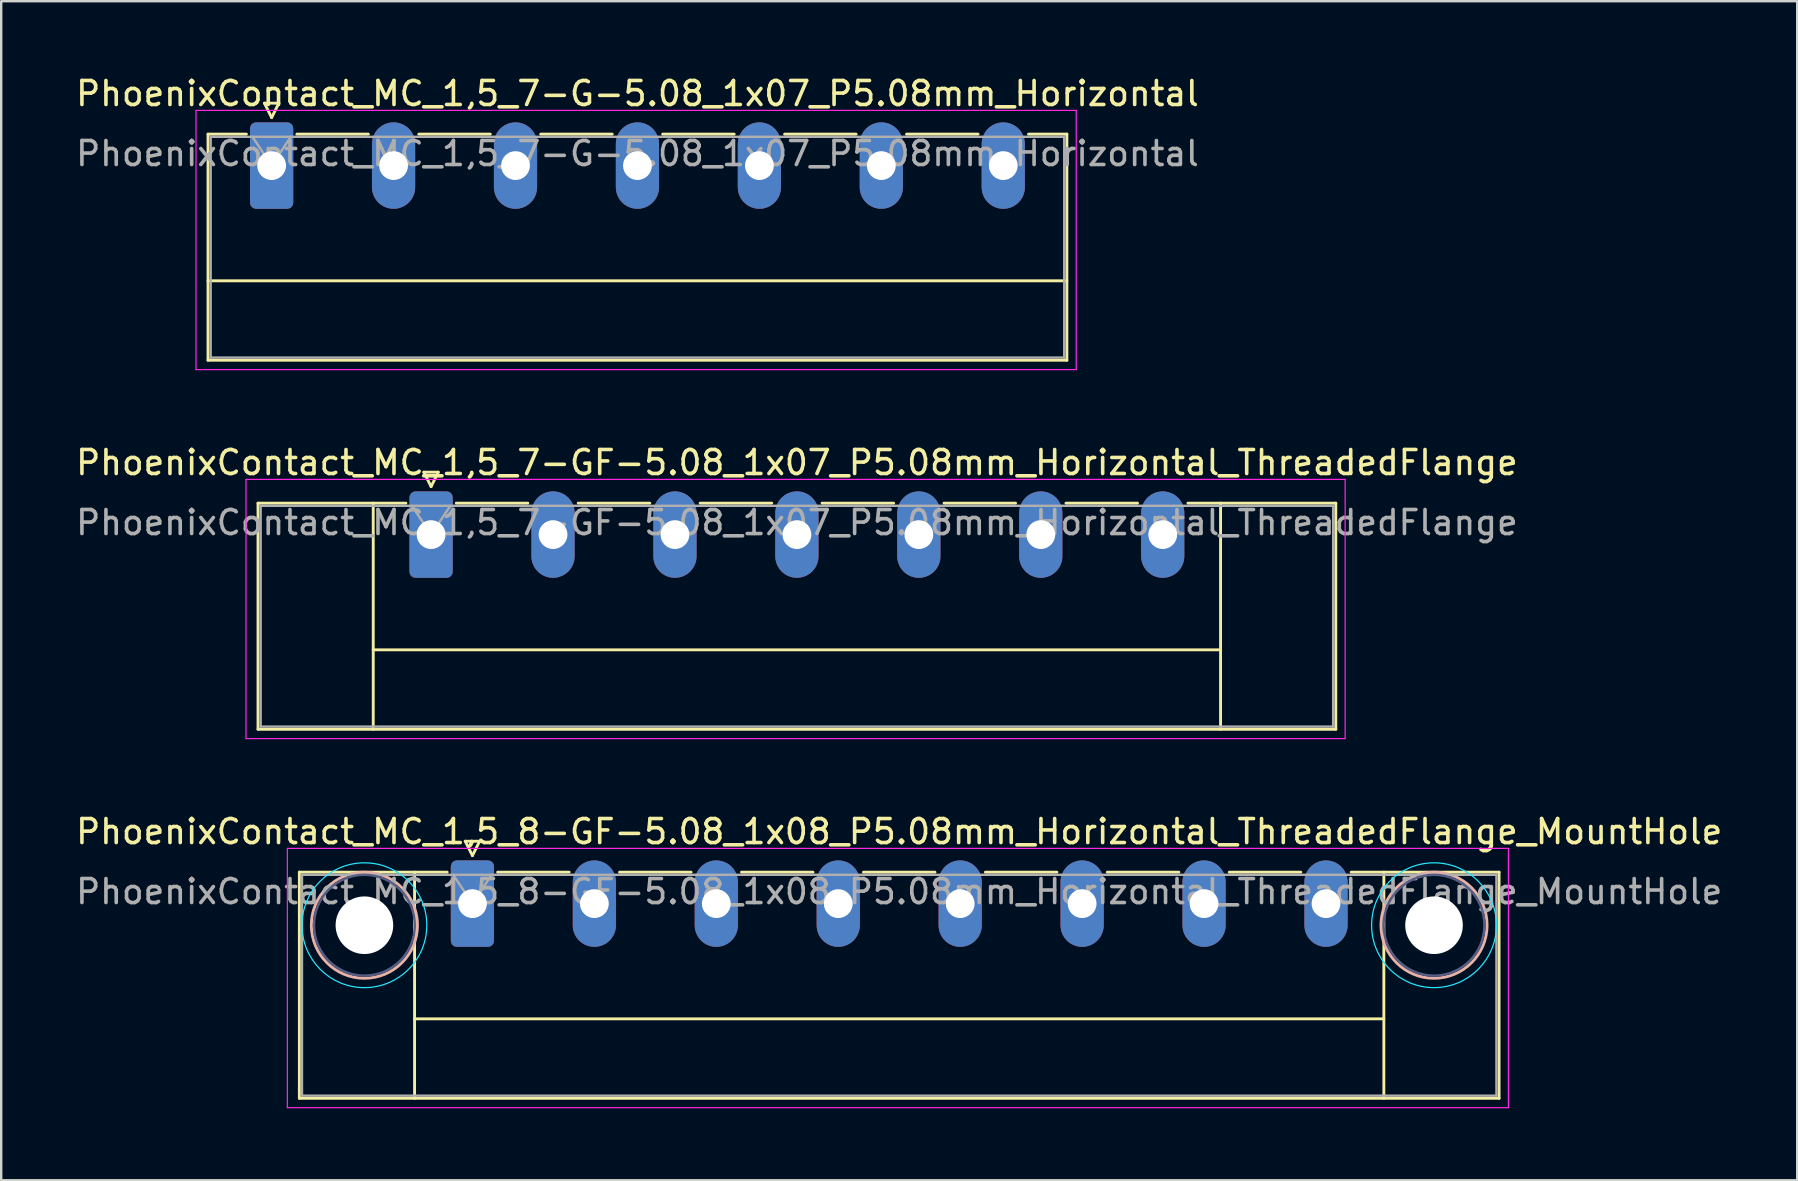
<source format=kicad_pcb>
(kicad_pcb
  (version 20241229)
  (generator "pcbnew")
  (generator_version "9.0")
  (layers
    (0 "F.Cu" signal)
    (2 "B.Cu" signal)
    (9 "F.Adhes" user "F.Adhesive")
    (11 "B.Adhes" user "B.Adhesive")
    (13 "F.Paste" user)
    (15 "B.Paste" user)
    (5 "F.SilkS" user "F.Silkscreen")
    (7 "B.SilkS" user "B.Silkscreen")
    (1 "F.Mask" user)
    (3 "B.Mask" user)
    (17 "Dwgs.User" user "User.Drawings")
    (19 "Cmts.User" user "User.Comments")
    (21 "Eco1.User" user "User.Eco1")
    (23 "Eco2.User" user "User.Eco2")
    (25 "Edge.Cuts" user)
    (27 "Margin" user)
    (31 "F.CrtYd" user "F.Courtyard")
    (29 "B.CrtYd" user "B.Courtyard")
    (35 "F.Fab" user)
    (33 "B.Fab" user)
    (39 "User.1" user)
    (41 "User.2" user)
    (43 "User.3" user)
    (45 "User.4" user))
  (footprint "PhoenixContact_MC_1,5_7-G-5.08_1x07_P5.08mm_Horizontal"
    (layer "F.Cu")
    (at 8.266 3.848)
    (property "Reference" "PhoenixContact_MC_1,5_7-G-5.08_1x07_P5.08mm_Horizontal" (at 15.24 -3 0) (layer "F.SilkS") (effects (font (size 1 1) (thickness 0.15))))
    (attr through_hole)
    (fp_line (start -2.65 -1.31) (end -2.65 8.11) (stroke (width 0.12) (type solid)) (layer "F.SilkS"))
    (fp_line (start -2.65 -1.31) (end -1.05 -1.31) (stroke (width 0.12) (type solid)) (layer "F.SilkS"))
    (fp_line (start -2.65 4.8) (end 33.13 4.8) (stroke (width 0.12) (type solid)) (layer "F.SilkS"))
    (fp_line (start -2.65 8.11) (end 33.13 8.11) (stroke (width 0.12) (type solid)) (layer "F.SilkS"))
    (fp_line (start -0.3 -2.6) (end 0.3 -2.6) (stroke (width 0.12) (type solid)) (layer "F.SilkS"))
    (fp_line (start 0 -2) (end -0.3 -2.6) (stroke (width 0.12) (type solid)) (layer "F.SilkS"))
    (fp_line (start 0.3 -2.6) (end 0 -2) (stroke (width 0.12) (type solid)) (layer "F.SilkS"))
    (fp_line (start 1.05 -1.31) (end 4.03 -1.31) (stroke (width 0.12) (type solid)) (layer "F.SilkS"))
    (fp_line (start 6.13 -1.31) (end 9.11 -1.31) (stroke (width 0.12) (type solid)) (layer "F.SilkS"))
    (fp_line (start 11.21 -1.31) (end 14.19 -1.31) (stroke (width 0.12) (type solid)) (layer "F.SilkS"))
    (fp_line (start 16.29 -1.31) (end 19.27 -1.31) (stroke (width 0.12) (type solid)) (layer "F.SilkS"))
    (fp_line (start 21.37 -1.31) (end 24.35 -1.31) (stroke (width 0.12) (type solid)) (layer "F.SilkS"))
    (fp_line (start 26.45 -1.31) (end 29.43 -1.31) (stroke (width 0.12) (type solid)) (layer "F.SilkS"))
    (fp_line (start 33.13 -1.31) (end 31.53 -1.31) (stroke (width 0.12) (type solid)) (layer "F.SilkS"))
    (fp_line (start 33.13 8.11) (end 33.13 -1.31) (stroke (width 0.12) (type solid)) (layer "F.SilkS"))
    (fp_line (start -3.15 -2.3) (end -3.15 8.5) (stroke (width 0.05) (type solid)) (layer "F.CrtYd"))
    (fp_line (start -3.15 8.5) (end 33.52 8.5) (stroke (width 0.05) (type solid)) (layer "F.CrtYd"))
    (fp_line (start 33.52 -2.3) (end -3.15 -2.3) (stroke (width 0.05) (type solid)) (layer "F.CrtYd"))
    (fp_line (start 33.52 8.5) (end 33.52 -2.3) (stroke (width 0.05) (type solid)) (layer "F.CrtYd"))
    (fp_line (start -2.54 -1.2) (end -2.54 8) (stroke (width 0.1) (type solid)) (layer "F.Fab"))
    (fp_line (start -2.54 8) (end 33.02 8) (stroke (width 0.1) (type solid)) (layer "F.Fab"))
    (fp_line (start 0 0) (end -0.8 -1.2) (stroke (width 0.1) (type solid)) (layer "F.Fab"))
    (fp_line (start 0.8 -1.2) (end 0 0) (stroke (width 0.1) (type solid)) (layer "F.Fab"))
    (fp_line (start 33.02 -1.2) (end -2.54 -1.2) (stroke (width 0.1) (type solid)) (layer "F.Fab"))
    (fp_line (start 33.02 8) (end 33.02 -1.2) (stroke (width 0.1) (type solid)) (layer "F.Fab"))
    (fp_text user "${REFERENCE}" (at 15.24 -0.5 0) (layer "F.Fab") (effects (font (size 1 1) (thickness 0.15))))
    (pad "1" thru_hole roundrect (at 0 0) (size 1.8 3.6) (drill 1.2) (layers "*.Cu" "*.Mask") (roundrect_rratio 0.139))
    (pad "2" thru_hole oval (at 5.08 0) (size 1.8 3.6) (drill 1.2) (layers "*.Cu" "*.Mask"))
    (pad "3" thru_hole oval (at 10.16 0) (size 1.8 3.6) (drill 1.2) (layers "*.Cu" "*.Mask"))
    (pad "4" thru_hole oval (at 15.24 0) (size 1.8 3.6) (drill 1.2) (layers "*.Cu" "*.Mask"))
    (pad "5" thru_hole oval (at 20.32 0) (size 1.8 3.6) (drill 1.2) (layers "*.Cu" "*.Mask"))
    (pad "6" thru_hole oval (at 25.4 0) (size 1.8 3.6) (drill 1.2) (layers "*.Cu" "*.Mask"))
    (pad "7" thru_hole oval (at 30.48 0) (size 1.8 3.6) (drill 1.2) (layers "*.Cu" "*.Mask")))
  (footprint "PhoenixContact_MC_1,5_7-GF-5.08_1x07_P5.08mm_Horizontal_ThreadedFlange"
    (layer "F.Cu")
    (at 14.909 19.221)
    (property "Reference" "PhoenixContact_MC_1,5_7-GF-5.08_1x07_P5.08mm_Horizontal_ThreadedFlange" (at 15.24 -3 0) (layer "F.SilkS") (effects (font (size 1 1) (thickness 0.15))))
    (attr through_hole)
    (fp_line (start -7.21 -1.31) (end -7.21 8.11) (stroke (width 0.12) (type solid)) (layer "F.SilkS"))
    (fp_line (start -7.21 -1.31) (end -1.05 -1.31) (stroke (width 0.12) (type solid)) (layer "F.SilkS"))
    (fp_line (start -7.21 8.11) (end 37.69 8.11) (stroke (width 0.12) (type solid)) (layer "F.SilkS"))
    (fp_line (start -2.41 -1.31) (end -2.41 8.11) (stroke (width 0.12) (type solid)) (layer "F.SilkS"))
    (fp_line (start -2.41 4.8) (end 32.89 4.8) (stroke (width 0.12) (type solid)) (layer "F.SilkS"))
    (fp_line (start -0.3 -2.6) (end 0.3 -2.6) (stroke (width 0.12) (type solid)) (layer "F.SilkS"))
    (fp_line (start 0 -2) (end -0.3 -2.6) (stroke (width 0.12) (type solid)) (layer "F.SilkS"))
    (fp_line (start 0.3 -2.6) (end 0 -2) (stroke (width 0.12) (type solid)) (layer "F.SilkS"))
    (fp_line (start 1.05 -1.31) (end 4.03 -1.31) (stroke (width 0.12) (type solid)) (layer "F.SilkS"))
    (fp_line (start 6.13 -1.31) (end 9.11 -1.31) (stroke (width 0.12) (type solid)) (layer "F.SilkS"))
    (fp_line (start 11.21 -1.31) (end 14.19 -1.31) (stroke (width 0.12) (type solid)) (layer "F.SilkS"))
    (fp_line (start 16.29 -1.31) (end 19.27 -1.31) (stroke (width 0.12) (type solid)) (layer "F.SilkS"))
    (fp_line (start 21.37 -1.31) (end 24.35 -1.31) (stroke (width 0.12) (type solid)) (layer "F.SilkS"))
    (fp_line (start 26.45 -1.31) (end 29.43 -1.31) (stroke (width 0.12) (type solid)) (layer "F.SilkS"))
    (fp_line (start 32.89 -1.31) (end 32.89 8.11) (stroke (width 0.12) (type solid)) (layer "F.SilkS"))
    (fp_line (start 37.69 -1.31) (end 31.53 -1.31) (stroke (width 0.12) (type solid)) (layer "F.SilkS"))
    (fp_line (start 37.69 8.11) (end 37.69 -1.31) (stroke (width 0.12) (type solid)) (layer "F.SilkS"))
    (fp_line (start -7.71 -2.3) (end -7.71 8.5) (stroke (width 0.05) (type solid)) (layer "F.CrtYd"))
    (fp_line (start -7.71 8.5) (end 38.08 8.5) (stroke (width 0.05) (type solid)) (layer "F.CrtYd"))
    (fp_line (start 38.08 -2.3) (end -7.71 -2.3) (stroke (width 0.05) (type solid)) (layer "F.CrtYd"))
    (fp_line (start 38.08 8.5) (end 38.08 -2.3) (stroke (width 0.05) (type solid)) (layer "F.CrtYd"))
    (fp_line (start -7.1 -1.2) (end -7.1 8) (stroke (width 0.1) (type solid)) (layer "F.Fab"))
    (fp_line (start -7.1 8) (end 37.58 8) (stroke (width 0.1) (type solid)) (layer "F.Fab"))
    (fp_line (start 0 0) (end -0.8 -1.2) (stroke (width 0.1) (type solid)) (layer "F.Fab"))
    (fp_line (start 0.8 -1.2) (end 0 0) (stroke (width 0.1) (type solid)) (layer "F.Fab"))
    (fp_line (start 37.58 -1.2) (end -7.1 -1.2) (stroke (width 0.1) (type solid)) (layer "F.Fab"))
    (fp_line (start 37.58 8) (end 37.58 -1.2) (stroke (width 0.1) (type solid)) (layer "F.Fab"))
    (fp_text user "${REFERENCE}" (at 15.24 -0.5 0) (layer "F.Fab") (effects (font (size 1 1) (thickness 0.15))))
    (pad "1" thru_hole roundrect (at 0 0) (size 1.8 3.6) (drill 1.2) (layers "*.Cu" "*.Mask") (roundrect_rratio 0.139))
    (pad "2" thru_hole oval (at 5.08 0) (size 1.8 3.6) (drill 1.2) (layers "*.Cu" "*.Mask"))
    (pad "3" thru_hole oval (at 10.16 0) (size 1.8 3.6) (drill 1.2) (layers "*.Cu" "*.Mask"))
    (pad "4" thru_hole oval (at 15.24 0) (size 1.8 3.6) (drill 1.2) (layers "*.Cu" "*.Mask"))
    (pad "5" thru_hole oval (at 20.32 0) (size 1.8 3.6) (drill 1.2) (layers "*.Cu" "*.Mask"))
    (pad "6" thru_hole oval (at 25.4 0) (size 1.8 3.6) (drill 1.2) (layers "*.Cu" "*.Mask"))
    (pad "7" thru_hole oval (at 30.48 0) (size 1.8 3.6) (drill 1.2) (layers "*.Cu" "*.Mask")))
  (footprint "PhoenixContact_MC_1,5_8-GF-5.08_1x08_P5.08mm_Horizontal_ThreadedFlange_MountHole"
    (layer "F.Cu")
    (at 16.631 34.595)
    (property "Reference" "PhoenixContact_MC_1,5_8-GF-5.08_1x08_P5.08mm_Horizontal_ThreadedFlange_MountHole" (at 17.78 -3 0) (layer "F.SilkS") (effects (font (size 1 1) (thickness 0.15))))
    (attr through_hole)
    (fp_line (start -7.21 -1.31) (end -7.21 8.11) (stroke (width 0.12) (type solid)) (layer "F.SilkS"))
    (fp_line (start -7.21 -1.31) (end -1.05 -1.31) (stroke (width 0.12) (type solid)) (layer "F.SilkS"))
    (fp_line (start -7.21 8.11) (end 42.77 8.11) (stroke (width 0.12) (type solid)) (layer "F.SilkS"))
    (fp_line (start -2.41 -1.31) (end -2.41 8.11) (stroke (width 0.12) (type solid)) (layer "F.SilkS"))
    (fp_line (start -2.41 4.8) (end 37.97 4.8) (stroke (width 0.12) (type solid)) (layer "F.SilkS"))
    (fp_line (start -0.3 -2.6) (end 0.3 -2.6) (stroke (width 0.12) (type solid)) (layer "F.SilkS"))
    (fp_line (start 0 -2) (end -0.3 -2.6) (stroke (width 0.12) (type solid)) (layer "F.SilkS"))
    (fp_line (start 0.3 -2.6) (end 0 -2) (stroke (width 0.12) (type solid)) (layer "F.SilkS"))
    (fp_line (start 1.05 -1.31) (end 4.03 -1.31) (stroke (width 0.12) (type solid)) (layer "F.SilkS"))
    (fp_line (start 6.13 -1.31) (end 9.11 -1.31) (stroke (width 0.12) (type solid)) (layer "F.SilkS"))
    (fp_line (start 11.21 -1.31) (end 14.19 -1.31) (stroke (width 0.12) (type solid)) (layer "F.SilkS"))
    (fp_line (start 16.29 -1.31) (end 19.27 -1.31) (stroke (width 0.12) (type solid)) (layer "F.SilkS"))
    (fp_line (start 21.37 -1.31) (end 24.35 -1.31) (stroke (width 0.12) (type solid)) (layer "F.SilkS"))
    (fp_line (start 26.45 -1.31) (end 29.43 -1.31) (stroke (width 0.12) (type solid)) (layer "F.SilkS"))
    (fp_line (start 31.53 -1.31) (end 34.51 -1.31) (stroke (width 0.12) (type solid)) (layer "F.SilkS"))
    (fp_line (start 37.97 -1.31) (end 37.97 8.11) (stroke (width 0.12) (type solid)) (layer "F.SilkS"))
    (fp_line (start 42.77 -1.31) (end 36.61 -1.31) (stroke (width 0.12) (type solid)) (layer "F.SilkS"))
    (fp_line (start 42.77 8.11) (end 42.77 -1.31) (stroke (width 0.12) (type solid)) (layer "F.SilkS"))
    (fp_circle (center -4.5 0.9) (end -2.29 0.9) (stroke (width 0.12) (type solid)) (fill no) (layer "B.SilkS"))
    (fp_circle (center 40.06 0.9) (end 42.27 0.9) (stroke (width 0.12) (type solid)) (fill no) (layer "B.SilkS"))
    (fp_circle (center -4.5 0.9) (end -1.9 0.9) (stroke (width 0.05) (type solid)) (fill no) (layer "B.CrtYd"))
    (fp_circle (center 40.06 0.9) (end 42.66 0.9) (stroke (width 0.05) (type solid)) (fill no) (layer "B.CrtYd"))
    (fp_line (start -7.71 -2.3) (end -7.71 8.5) (stroke (width 0.05) (type solid)) (layer "F.CrtYd"))
    (fp_line (start -7.71 8.5) (end 43.16 8.5) (stroke (width 0.05) (type solid)) (layer "F.CrtYd"))
    (fp_line (start 43.16 -2.3) (end -7.71 -2.3) (stroke (width 0.05) (type solid)) (layer "F.CrtYd"))
    (fp_line (start 43.16 8.5) (end 43.16 -2.3) (stroke (width 0.05) (type solid)) (layer "F.CrtYd"))
    (fp_circle (center -4.5 0.9) (end -2.4 0.9) (stroke (width 0.1) (type solid)) (fill no) (layer "B.Fab"))
    (fp_circle (center 40.06 0.9) (end 42.16 0.9) (stroke (width 0.1) (type solid)) (fill no) (layer "B.Fab"))
    (fp_line (start -7.1 -1.2) (end -7.1 8) (stroke (width 0.1) (type solid)) (layer "F.Fab"))
    (fp_line (start -7.1 8) (end 42.66 8) (stroke (width 0.1) (type solid)) (layer "F.Fab"))
    (fp_line (start 0 0) (end -0.8 -1.2) (stroke (width 0.1) (type solid)) (layer "F.Fab"))
    (fp_line (start 0.8 -1.2) (end 0 0) (stroke (width 0.1) (type solid)) (layer "F.Fab"))
    (fp_line (start 42.66 -1.2) (end -7.1 -1.2) (stroke (width 0.1) (type solid)) (layer "F.Fab"))
    (fp_line (start 42.66 8) (end 42.66 -1.2) (stroke (width 0.1) (type solid)) (layer "F.Fab"))
    (fp_text user "${REFERENCE}" (at 17.78 -0.5 0) (layer "F.Fab") (effects (font (size 1 1) (thickness 0.15))))
    (pad "" np_thru_hole circle (at -4.5 0.9) (size 2.4 2.4) (drill 2.4) (layers "*.Cu" "*.Mask"))
    (pad "" np_thru_hole circle (at 40.06 0.9) (size 2.4 2.4) (drill 2.4) (layers "*.Cu" "*.Mask"))
    (pad "1" thru_hole roundrect (at 0 0) (size 1.8 3.6) (drill 1.2) (layers "*.Cu" "*.Mask") (roundrect_rratio 0.139))
    (pad "2" thru_hole oval (at 5.08 0) (size 1.8 3.6) (drill 1.2) (layers "*.Cu" "*.Mask"))
    (pad "3" thru_hole oval (at 10.16 0) (size 1.8 3.6) (drill 1.2) (layers "*.Cu" "*.Mask"))
    (pad "4" thru_hole oval (at 15.24 0) (size 1.8 3.6) (drill 1.2) (layers "*.Cu" "*.Mask"))
    (pad "5" thru_hole oval (at 20.32 0) (size 1.8 3.6) (drill 1.2) (layers "*.Cu" "*.Mask"))
    (pad "6" thru_hole oval (at 25.4 0) (size 1.8 3.6) (drill 1.2) (layers "*.Cu" "*.Mask"))
    (pad "7" thru_hole oval (at 30.48 0) (size 1.8 3.6) (drill 1.2) (layers "*.Cu" "*.Mask"))
    (pad "8" thru_hole oval (at 35.56 0) (size 1.8 3.6) (drill 1.2) (layers "*.Cu" "*.Mask")))
  (gr_rect
    (start -3 -3)
    (end 71.821 46.12)
    (stroke (width 0.1) (type default))
    (fill no)
    (layer "Edge.Cuts")))
</source>
